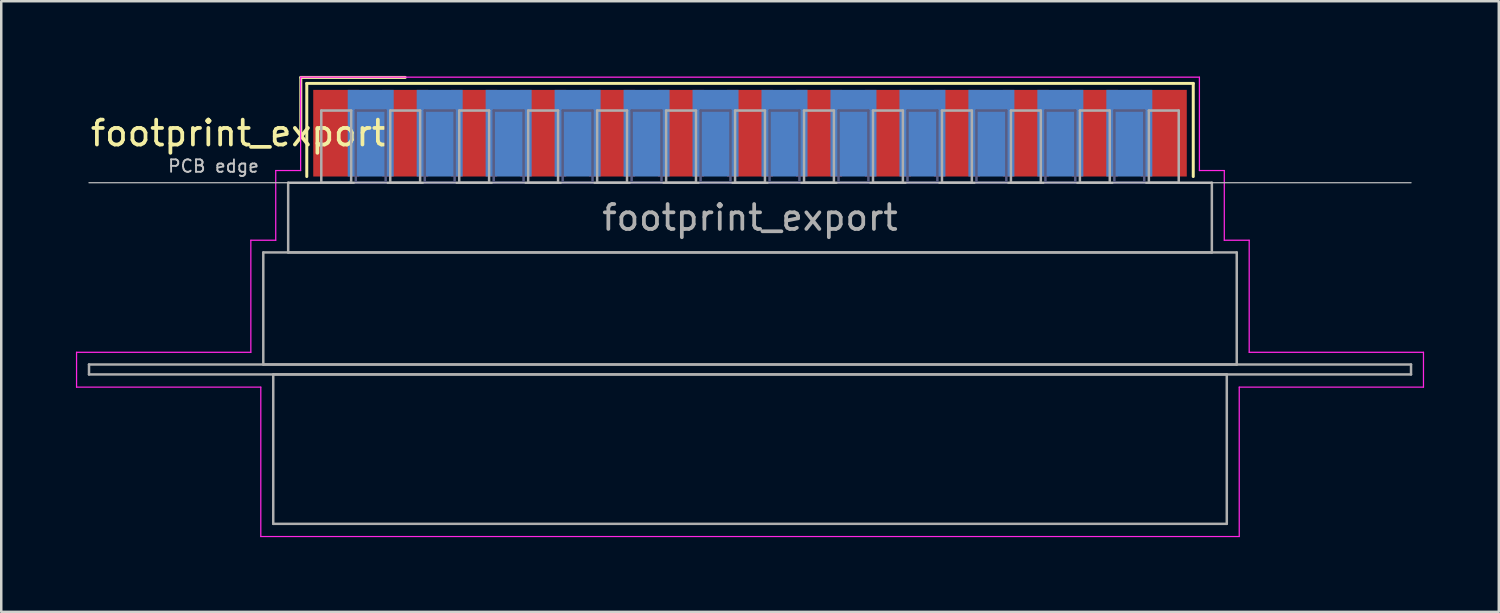
<source format=kicad_pcb>
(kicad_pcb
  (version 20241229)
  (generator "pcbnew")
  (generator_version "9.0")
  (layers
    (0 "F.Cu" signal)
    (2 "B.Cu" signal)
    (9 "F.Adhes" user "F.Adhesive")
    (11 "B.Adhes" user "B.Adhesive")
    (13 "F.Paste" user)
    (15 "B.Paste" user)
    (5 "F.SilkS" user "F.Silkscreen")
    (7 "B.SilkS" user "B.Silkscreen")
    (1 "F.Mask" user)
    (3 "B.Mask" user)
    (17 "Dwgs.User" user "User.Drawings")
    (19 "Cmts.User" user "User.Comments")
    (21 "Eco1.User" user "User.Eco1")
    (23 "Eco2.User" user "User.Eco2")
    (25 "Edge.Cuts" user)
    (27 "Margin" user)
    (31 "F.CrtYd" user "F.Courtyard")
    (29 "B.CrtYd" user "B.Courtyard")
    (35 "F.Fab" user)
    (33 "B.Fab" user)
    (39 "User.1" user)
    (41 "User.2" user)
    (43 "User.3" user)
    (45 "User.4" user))
  (footprint "footprint_export"
    (layer "F.Cu")
    (at 27.075 2.3)
    (property "Reference" "footprint_export" (at -20.543 0 0) (layer "F.SilkS") (effects (font (size 1 1) (thickness 0.15))))
    (attr smd)
    (fp_line (start -18.043 -2.24) (end -13.85 -2.24) (stroke (width 0.12) (type solid)) (layer "F.SilkS"))
    (fp_line (start -18.043 0) (end -18.043 -2.24) (stroke (width 0.12) (type solid)) (layer "F.SilkS"))
    (fp_line (start -17.803 -2) (end -17.803 1.74) (stroke (width 0.12) (type solid)) (layer "F.SilkS"))
    (fp_line (start 17.803 -2) (end -17.803 -2) (stroke (width 0.12) (type solid)) (layer "F.SilkS"))
    (fp_line (start 17.803 1.74) (end 17.803 -2) (stroke (width 0.12) (type solid)) (layer "F.SilkS"))
    (fp_line (start -26.55 1.99) (end 26.55 1.99) (stroke (width 0.05) (type solid)) (layer "Dwgs.User"))
    (fp_line (start -27.05 8.8) (end -20.05 8.8) (stroke (width 0.05) (type solid)) (layer "F.CrtYd"))
    (fp_line (start -27.05 10.2) (end -27.05 8.8) (stroke (width 0.05) (type solid)) (layer "F.CrtYd"))
    (fp_line (start -20.05 4.3) (end -19.05 4.3) (stroke (width 0.05) (type solid)) (layer "F.CrtYd"))
    (fp_line (start -20.05 8.8) (end -20.05 4.3) (stroke (width 0.05) (type solid)) (layer "F.CrtYd"))
    (fp_line (start -19.65 10.2) (end -27.05 10.2) (stroke (width 0.05) (type solid)) (layer "F.CrtYd"))
    (fp_line (start -19.65 16.2) (end -19.65 10.2) (stroke (width 0.05) (type solid)) (layer "F.CrtYd"))
    (fp_line (start -19.05 1.5) (end -18.05 1.5) (stroke (width 0.05) (type solid)) (layer "F.CrtYd"))
    (fp_line (start -19.05 4.3) (end -19.05 1.5) (stroke (width 0.05) (type solid)) (layer "F.CrtYd"))
    (fp_line (start -18.05 -2.25) (end 18.05 -2.25) (stroke (width 0.05) (type solid)) (layer "F.CrtYd"))
    (fp_line (start -18.05 1.5) (end -18.05 -2.25) (stroke (width 0.05) (type solid)) (layer "F.CrtYd"))
    (fp_line (start 18.05 -2.25) (end 18.05 1.5) (stroke (width 0.05) (type solid)) (layer "F.CrtYd"))
    (fp_line (start 18.05 1.5) (end 19.05 1.5) (stroke (width 0.05) (type solid)) (layer "F.CrtYd"))
    (fp_line (start 19.05 1.5) (end 19.05 4.3) (stroke (width 0.05) (type solid)) (layer "F.CrtYd"))
    (fp_line (start 19.05 4.3) (end 20.05 4.3) (stroke (width 0.05) (type solid)) (layer "F.CrtYd"))
    (fp_line (start 19.65 10.2) (end 19.65 16.2) (stroke (width 0.05) (type solid)) (layer "F.CrtYd"))
    (fp_line (start 19.65 16.2) (end -19.65 16.2) (stroke (width 0.05) (type solid)) (layer "F.CrtYd"))
    (fp_line (start 20.05 4.3) (end 20.05 8.8) (stroke (width 0.05) (type solid)) (layer "F.CrtYd"))
    (fp_line (start 20.05 8.8) (end 27.05 8.8) (stroke (width 0.05) (type solid)) (layer "F.CrtYd"))
    (fp_line (start 27.05 8.8) (end 27.05 10.2) (stroke (width 0.05) (type solid)) (layer "F.CrtYd"))
    (fp_line (start 27.05 10.2) (end 19.65 10.2) (stroke (width 0.05) (type solid)) (layer "F.CrtYd"))
    (fp_line (start -15.835 -0.91) (end -15.835 1.99) (stroke (width 0.1) (type solid)) (layer "B.Fab"))
    (fp_line (start -15.835 1.99) (end -14.635 1.99) (stroke (width 0.1) (type solid)) (layer "B.Fab"))
    (fp_line (start -14.635 -0.91) (end -15.835 -0.91) (stroke (width 0.1) (type solid)) (layer "B.Fab"))
    (fp_line (start -14.635 1.99) (end -14.635 -0.91) (stroke (width 0.1) (type solid)) (layer "B.Fab"))
    (fp_line (start -13.065 -0.91) (end -13.065 1.99) (stroke (width 0.1) (type solid)) (layer "B.Fab"))
    (fp_line (start -13.065 1.99) (end -11.865 1.99) (stroke (width 0.1) (type solid)) (layer "B.Fab"))
    (fp_line (start -11.865 -0.91) (end -13.065 -0.91) (stroke (width 0.1) (type solid)) (layer "B.Fab"))
    (fp_line (start -11.865 1.99) (end -11.865 -0.91) (stroke (width 0.1) (type solid)) (layer "B.Fab"))
    (fp_line (start -10.295 -0.91) (end -10.295 1.99) (stroke (width 0.1) (type solid)) (layer "B.Fab"))
    (fp_line (start -10.295 1.99) (end -9.095 1.99) (stroke (width 0.1) (type solid)) (layer "B.Fab"))
    (fp_line (start -9.095 -0.91) (end -10.295 -0.91) (stroke (width 0.1) (type solid)) (layer "B.Fab"))
    (fp_line (start -9.095 1.99) (end -9.095 -0.91) (stroke (width 0.1) (type solid)) (layer "B.Fab"))
    (fp_line (start -7.525 -0.91) (end -7.525 1.99) (stroke (width 0.1) (type solid)) (layer "B.Fab"))
    (fp_line (start -7.525 1.99) (end -6.325 1.99) (stroke (width 0.1) (type solid)) (layer "B.Fab"))
    (fp_line (start -6.325 -0.91) (end -7.525 -0.91) (stroke (width 0.1) (type solid)) (layer "B.Fab"))
    (fp_line (start -6.325 1.99) (end -6.325 -0.91) (stroke (width 0.1) (type solid)) (layer "B.Fab"))
    (fp_line (start -4.755 -0.91) (end -4.755 1.99) (stroke (width 0.1) (type solid)) (layer "B.Fab"))
    (fp_line (start -4.755 1.99) (end -3.555 1.99) (stroke (width 0.1) (type solid)) (layer "B.Fab"))
    (fp_line (start -3.555 -0.91) (end -4.755 -0.91) (stroke (width 0.1) (type solid)) (layer "B.Fab"))
    (fp_line (start -3.555 1.99) (end -3.555 -0.91) (stroke (width 0.1) (type solid)) (layer "B.Fab"))
    (fp_line (start -1.985 -0.91) (end -1.985 1.99) (stroke (width 0.1) (type solid)) (layer "B.Fab"))
    (fp_line (start -1.985 1.99) (end -0.785 1.99) (stroke (width 0.1) (type solid)) (layer "B.Fab"))
    (fp_line (start -0.785 -0.91) (end -1.985 -0.91) (stroke (width 0.1) (type solid)) (layer "B.Fab"))
    (fp_line (start -0.785 1.99) (end -0.785 -0.91) (stroke (width 0.1) (type solid)) (layer "B.Fab"))
    (fp_line (start 0.785 -0.91) (end 0.785 1.99) (stroke (width 0.1) (type solid)) (layer "B.Fab"))
    (fp_line (start 0.785 1.99) (end 1.985 1.99) (stroke (width 0.1) (type solid)) (layer "B.Fab"))
    (fp_line (start 1.985 -0.91) (end 0.785 -0.91) (stroke (width 0.1) (type solid)) (layer "B.Fab"))
    (fp_line (start 1.985 1.99) (end 1.985 -0.91) (stroke (width 0.1) (type solid)) (layer "B.Fab"))
    (fp_line (start 3.555 -0.91) (end 3.555 1.99) (stroke (width 0.1) (type solid)) (layer "B.Fab"))
    (fp_line (start 3.555 1.99) (end 4.755 1.99) (stroke (width 0.1) (type solid)) (layer "B.Fab"))
    (fp_line (start 4.755 -0.91) (end 3.555 -0.91) (stroke (width 0.1) (type solid)) (layer "B.Fab"))
    (fp_line (start 4.755 1.99) (end 4.755 -0.91) (stroke (width 0.1) (type solid)) (layer "B.Fab"))
    (fp_line (start 6.325 -0.91) (end 6.325 1.99) (stroke (width 0.1) (type solid)) (layer "B.Fab"))
    (fp_line (start 6.325 1.99) (end 7.525 1.99) (stroke (width 0.1) (type solid)) (layer "B.Fab"))
    (fp_line (start 7.525 -0.91) (end 6.325 -0.91) (stroke (width 0.1) (type solid)) (layer "B.Fab"))
    (fp_line (start 7.525 1.99) (end 7.525 -0.91) (stroke (width 0.1) (type solid)) (layer "B.Fab"))
    (fp_line (start 9.095 -0.91) (end 9.095 1.99) (stroke (width 0.1) (type solid)) (layer "B.Fab"))
    (fp_line (start 9.095 1.99) (end 10.295 1.99) (stroke (width 0.1) (type solid)) (layer "B.Fab"))
    (fp_line (start 10.295 -0.91) (end 9.095 -0.91) (stroke (width 0.1) (type solid)) (layer "B.Fab"))
    (fp_line (start 10.295 1.99) (end 10.295 -0.91) (stroke (width 0.1) (type solid)) (layer "B.Fab"))
    (fp_line (start 11.865 -0.91) (end 11.865 1.99) (stroke (width 0.1) (type solid)) (layer "B.Fab"))
    (fp_line (start 11.865 1.99) (end 13.065 1.99) (stroke (width 0.1) (type solid)) (layer "B.Fab"))
    (fp_line (start 13.065 -0.91) (end 11.865 -0.91) (stroke (width 0.1) (type solid)) (layer "B.Fab"))
    (fp_line (start 13.065 1.99) (end 13.065 -0.91) (stroke (width 0.1) (type solid)) (layer "B.Fab"))
    (fp_line (start 14.635 -0.91) (end 14.635 1.99) (stroke (width 0.1) (type solid)) (layer "B.Fab"))
    (fp_line (start 14.635 1.99) (end 15.835 1.99) (stroke (width 0.1) (type solid)) (layer "B.Fab"))
    (fp_line (start 15.835 -0.91) (end 14.635 -0.91) (stroke (width 0.1) (type solid)) (layer "B.Fab"))
    (fp_line (start 15.835 1.99) (end 15.835 -0.91) (stroke (width 0.1) (type solid)) (layer "B.Fab"))
    (fp_line (start -26.55 9.29) (end -26.55 9.69) (stroke (width 0.1) (type solid)) (layer "F.Fab"))
    (fp_line (start -26.55 9.69) (end 26.55 9.69) (stroke (width 0.1) (type solid)) (layer "F.Fab"))
    (fp_line (start -19.55 4.79) (end -19.55 9.29) (stroke (width 0.1) (type solid)) (layer "F.Fab"))
    (fp_line (start -19.55 9.29) (end 19.55 9.29) (stroke (width 0.1) (type solid)) (layer "F.Fab"))
    (fp_line (start -19.15 9.69) (end -19.15 15.69) (stroke (width 0.1) (type solid)) (layer "F.Fab"))
    (fp_line (start -19.15 15.69) (end 19.15 15.69) (stroke (width 0.1) (type solid)) (layer "F.Fab"))
    (fp_line (start -18.55 1.99) (end -18.55 4.79) (stroke (width 0.1) (type solid)) (layer "F.Fab"))
    (fp_line (start -18.55 4.79) (end 18.55 4.79) (stroke (width 0.1) (type solid)) (layer "F.Fab"))
    (fp_line (start -17.22 -0.91) (end -17.22 1.99) (stroke (width 0.1) (type solid)) (layer "F.Fab"))
    (fp_line (start -17.22 1.99) (end -16.02 1.99) (stroke (width 0.1) (type solid)) (layer "F.Fab"))
    (fp_line (start -16.02 -0.91) (end -17.22 -0.91) (stroke (width 0.1) (type solid)) (layer "F.Fab"))
    (fp_line (start -16.02 1.99) (end -16.02 -0.91) (stroke (width 0.1) (type solid)) (layer "F.Fab"))
    (fp_line (start -14.45 -0.91) (end -14.45 1.99) (stroke (width 0.1) (type solid)) (layer "F.Fab"))
    (fp_line (start -14.45 1.99) (end -13.25 1.99) (stroke (width 0.1) (type solid)) (layer "F.Fab"))
    (fp_line (start -13.25 -0.91) (end -14.45 -0.91) (stroke (width 0.1) (type solid)) (layer "F.Fab"))
    (fp_line (start -13.25 1.99) (end -13.25 -0.91) (stroke (width 0.1) (type solid)) (layer "F.Fab"))
    (fp_line (start -11.68 -0.91) (end -11.68 1.99) (stroke (width 0.1) (type solid)) (layer "F.Fab"))
    (fp_line (start -11.68 1.99) (end -10.48 1.99) (stroke (width 0.1) (type solid)) (layer "F.Fab"))
    (fp_line (start -10.48 -0.91) (end -11.68 -0.91) (stroke (width 0.1) (type solid)) (layer "F.Fab"))
    (fp_line (start -10.48 1.99) (end -10.48 -0.91) (stroke (width 0.1) (type solid)) (layer "F.Fab"))
    (fp_line (start -8.91 -0.91) (end -8.91 1.99) (stroke (width 0.1) (type solid)) (layer "F.Fab"))
    (fp_line (start -8.91 1.99) (end -7.71 1.99) (stroke (width 0.1) (type solid)) (layer "F.Fab"))
    (fp_line (start -7.71 -0.91) (end -8.91 -0.91) (stroke (width 0.1) (type solid)) (layer "F.Fab"))
    (fp_line (start -7.71 1.99) (end -7.71 -0.91) (stroke (width 0.1) (type solid)) (layer "F.Fab"))
    (fp_line (start -6.14 -0.91) (end -6.14 1.99) (stroke (width 0.1) (type solid)) (layer "F.Fab"))
    (fp_line (start -6.14 1.99) (end -4.94 1.99) (stroke (width 0.1) (type solid)) (layer "F.Fab"))
    (fp_line (start -4.94 -0.91) (end -6.14 -0.91) (stroke (width 0.1) (type solid)) (layer "F.Fab"))
    (fp_line (start -4.94 1.99) (end -4.94 -0.91) (stroke (width 0.1) (type solid)) (layer "F.Fab"))
    (fp_line (start -3.37 -0.91) (end -3.37 1.99) (stroke (width 0.1) (type solid)) (layer "F.Fab"))
    (fp_line (start -3.37 1.99) (end -2.17 1.99) (stroke (width 0.1) (type solid)) (layer "F.Fab"))
    (fp_line (start -2.17 -0.91) (end -3.37 -0.91) (stroke (width 0.1) (type solid)) (layer "F.Fab"))
    (fp_line (start -2.17 1.99) (end -2.17 -0.91) (stroke (width 0.1) (type solid)) (layer "F.Fab"))
    (fp_line (start -0.6 -0.91) (end -0.6 1.99) (stroke (width 0.1) (type solid)) (layer "F.Fab"))
    (fp_line (start -0.6 1.99) (end 0.6 1.99) (stroke (width 0.1) (type solid)) (layer "F.Fab"))
    (fp_line (start 0.6 -0.91) (end -0.6 -0.91) (stroke (width 0.1) (type solid)) (layer "F.Fab"))
    (fp_line (start 0.6 1.99) (end 0.6 -0.91) (stroke (width 0.1) (type solid)) (layer "F.Fab"))
    (fp_line (start 2.17 -0.91) (end 2.17 1.99) (stroke (width 0.1) (type solid)) (layer "F.Fab"))
    (fp_line (start 2.17 1.99) (end 3.37 1.99) (stroke (width 0.1) (type solid)) (layer "F.Fab"))
    (fp_line (start 3.37 -0.91) (end 2.17 -0.91) (stroke (width 0.1) (type solid)) (layer "F.Fab"))
    (fp_line (start 3.37 1.99) (end 3.37 -0.91) (stroke (width 0.1) (type solid)) (layer "F.Fab"))
    (fp_line (start 4.94 -0.91) (end 4.94 1.99) (stroke (width 0.1) (type solid)) (layer "F.Fab"))
    (fp_line (start 4.94 1.99) (end 6.14 1.99) (stroke (width 0.1) (type solid)) (layer "F.Fab"))
    (fp_line (start 6.14 -0.91) (end 4.94 -0.91) (stroke (width 0.1) (type solid)) (layer "F.Fab"))
    (fp_line (start 6.14 1.99) (end 6.14 -0.91) (stroke (width 0.1) (type solid)) (layer "F.Fab"))
    (fp_line (start 7.71 -0.91) (end 7.71 1.99) (stroke (width 0.1) (type solid)) (layer "F.Fab"))
    (fp_line (start 7.71 1.99) (end 8.91 1.99) (stroke (width 0.1) (type solid)) (layer "F.Fab"))
    (fp_line (start 8.91 -0.91) (end 7.71 -0.91) (stroke (width 0.1) (type solid)) (layer "F.Fab"))
    (fp_line (start 8.91 1.99) (end 8.91 -0.91) (stroke (width 0.1) (type solid)) (layer "F.Fab"))
    (fp_line (start 10.48 -0.91) (end 10.48 1.99) (stroke (width 0.1) (type solid)) (layer "F.Fab"))
    (fp_line (start 10.48 1.99) (end 11.68 1.99) (stroke (width 0.1) (type solid)) (layer "F.Fab"))
    (fp_line (start 11.68 -0.91) (end 10.48 -0.91) (stroke (width 0.1) (type solid)) (layer "F.Fab"))
    (fp_line (start 11.68 1.99) (end 11.68 -0.91) (stroke (width 0.1) (type solid)) (layer "F.Fab"))
    (fp_line (start 13.25 -0.91) (end 13.25 1.99) (stroke (width 0.1) (type solid)) (layer "F.Fab"))
    (fp_line (start 13.25 1.99) (end 14.45 1.99) (stroke (width 0.1) (type solid)) (layer "F.Fab"))
    (fp_line (start 14.45 -0.91) (end 13.25 -0.91) (stroke (width 0.1) (type solid)) (layer "F.Fab"))
    (fp_line (start 14.45 1.99) (end 14.45 -0.91) (stroke (width 0.1) (type solid)) (layer "F.Fab"))
    (fp_line (start 16.02 -0.91) (end 16.02 1.99) (stroke (width 0.1) (type solid)) (layer "F.Fab"))
    (fp_line (start 16.02 1.99) (end 17.22 1.99) (stroke (width 0.1) (type solid)) (layer "F.Fab"))
    (fp_line (start 17.22 -0.91) (end 16.02 -0.91) (stroke (width 0.1) (type solid)) (layer "F.Fab"))
    (fp_line (start 17.22 1.99) (end 17.22 -0.91) (stroke (width 0.1) (type solid)) (layer "F.Fab"))
    (fp_line (start 18.55 1.99) (end -18.55 1.99) (stroke (width 0.1) (type solid)) (layer "F.Fab"))
    (fp_line (start 18.55 4.79) (end 18.55 1.99) (stroke (width 0.1) (type solid)) (layer "F.Fab"))
    (fp_line (start 19.15 9.69) (end -19.15 9.69) (stroke (width 0.1) (type solid)) (layer "F.Fab"))
    (fp_line (start 19.15 15.69) (end 19.15 9.69) (stroke (width 0.1) (type solid)) (layer "F.Fab"))
    (fp_line (start 19.55 4.79) (end -19.55 4.79) (stroke (width 0.1) (type solid)) (layer "F.Fab"))
    (fp_line (start 19.55 9.29) (end 19.55 4.79) (stroke (width 0.1) (type solid)) (layer "F.Fab"))
    (fp_line (start 26.55 9.29) (end -26.55 9.29) (stroke (width 0.1) (type solid)) (layer "F.Fab"))
    (fp_line (start 26.55 9.69) (end 26.55 9.29) (stroke (width 0.1) (type solid)) (layer "F.Fab"))
    (fp_text user "PCB edge" (at -21.55 1.323 0) (layer "Dwgs.User") (effects (font (size 0.5 0.5) (thickness 0.075))))
    (fp_text user "${REFERENCE}" (at 0 3.39 0) (layer "F.Fab") (effects (font (size 1 1) (thickness 0.15))))
    (pad "1" smd rect (at -16.62 0) (size 1.847 3.48) (layers "F.Cu" "F.Mask" "F.Paste"))
    (pad "2" smd rect (at -13.85 0) (size 1.847 3.48) (layers "F.Cu" "F.Mask" "F.Paste"))
    (pad "3" smd rect (at -11.08 0) (size 1.847 3.48) (layers "F.Cu" "F.Mask" "F.Paste"))
    (pad "4" smd rect (at -8.31 0) (size 1.847 3.48) (layers "F.Cu" "F.Mask" "F.Paste"))
    (pad "5" smd rect (at -5.54 0) (size 1.847 3.48) (layers "F.Cu" "F.Mask" "F.Paste"))
    (pad "6" smd rect (at -2.77 0) (size 1.847 3.48) (layers "F.Cu" "F.Mask" "F.Paste"))
    (pad "7" smd rect (at 0 0) (size 1.847 3.48) (layers "F.Cu" "F.Mask" "F.Paste"))
    (pad "8" smd rect (at 2.77 0) (size 1.847 3.48) (layers "F.Cu" "F.Mask" "F.Paste"))
    (pad "9" smd rect (at 5.54 0) (size 1.847 3.48) (layers "F.Cu" "F.Mask" "F.Paste"))
    (pad "10" smd rect (at 8.31 0) (size 1.847 3.48) (layers "F.Cu" "F.Mask" "F.Paste"))
    (pad "11" smd rect (at 11.08 0) (size 1.847 3.48) (layers "F.Cu" "F.Mask" "F.Paste"))
    (pad "12" smd rect (at 13.85 0) (size 1.847 3.48) (layers "F.Cu" "F.Mask" "F.Paste"))
    (pad "13" smd rect (at 16.62 0) (size 1.847 3.48) (layers "F.Cu" "F.Mask" "F.Paste"))
    (pad "14" smd rect (at -15.235 0) (size 1.847 3.48) (layers "B.Cu" "B.Mask" "B.Paste"))
    (pad "15" smd rect (at -12.465 0) (size 1.847 3.48) (layers "B.Cu" "B.Mask" "B.Paste"))
    (pad "16" smd rect (at -9.695 0) (size 1.847 3.48) (layers "B.Cu" "B.Mask" "B.Paste"))
    (pad "17" smd rect (at -6.925 0) (size 1.847 3.48) (layers "B.Cu" "B.Mask" "B.Paste"))
    (pad "18" smd rect (at -4.155 0) (size 1.847 3.48) (layers "B.Cu" "B.Mask" "B.Paste"))
    (pad "19" smd rect (at -1.385 0) (size 1.847 3.48) (layers "B.Cu" "B.Mask" "B.Paste"))
    (pad "20" smd rect (at 1.385 0) (size 1.847 3.48) (layers "B.Cu" "B.Mask" "B.Paste"))
    (pad "21" smd rect (at 4.155 0) (size 1.847 3.48) (layers "B.Cu" "B.Mask" "B.Paste"))
    (pad "22" smd rect (at 6.925 0) (size 1.847 3.48) (layers "B.Cu" "B.Mask" "B.Paste"))
    (pad "23" smd rect (at 9.695 0) (size 1.847 3.48) (layers "B.Cu" "B.Mask" "B.Paste"))
    (pad "24" smd rect (at 12.465 0) (size 1.847 3.48) (layers "B.Cu" "B.Mask" "B.Paste"))
    (pad "25" smd rect (at 15.235 0) (size 1.847 3.48) (layers "B.Cu" "B.Mask" "B.Paste")))
  (gr_rect
    (start -3 -3)
    (end 57.15 21.525)
    (stroke (width 0.1) (type default))
    (fill no)
    (layer "Edge.Cuts")))
</source>
